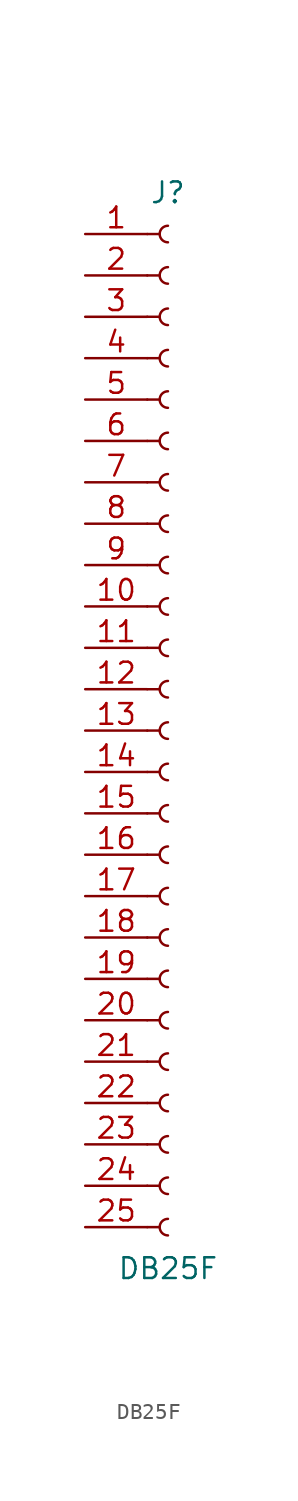
<source format=kicad_sym>
(kicad_symbol_lib
  (version 20211014)
  (generator kicad_symbol_editor)
  (symbol "DB25F"
    (pin_names
      (offset 1.016) hide)
    (property "Reference" "J"
      (at 0 33.02 0)
      (effects (font (size 1.27 1.27))))
    (property "Value" "DB25F"
      (at 0 -33.02 0)
      (effects (font (size 1.27 1.27))))
    (symbol "DB25F_1_1"
      (arc (start 0 -29.972) (mid -0.508 -30.48) (end 0 -30.988) (stroke (width 0.1524) (type default) (color 0 0 0 0)) (fill (type none)))
      (arc (start 0 -27.432) (mid -0.508 -27.94) (end 0 -28.448) (stroke (width 0.1524) (type default) (color 0 0 0 0)) (fill (type none)))
      (arc (start 0 -24.892) (mid -0.508 -25.4) (end 0 -25.908) (stroke (width 0.1524) (type default) (color 0 0 0 0)) (fill (type none)))
      (arc (start 0 -22.352) (mid -0.508 -22.86) (end 0 -23.368) (stroke (width 0.1524) (type default) (color 0 0 0 0)) (fill (type none)))
      (arc (start 0 -19.812) (mid -0.508 -20.32) (end 0 -20.828) (stroke (width 0.1524) (type default) (color 0 0 0 0)) (fill (type none)))
      (arc (start 0 -17.272) (mid -0.508 -17.78) (end 0 -18.288) (stroke (width 0.1524) (type default) (color 0 0 0 0)) (fill (type none)))
      (arc (start 0 -14.732) (mid -0.508 -15.24) (end 0 -15.748) (stroke (width 0.1524) (type default) (color 0 0 0 0)) (fill (type none)))
      (arc (start 0 -12.192) (mid -0.508 -12.7) (end 0 -13.208) (stroke (width 0.1524) (type default) (color 0 0 0 0)) (fill (type none)))
      (arc (start 0 -9.652) (mid -0.508 -10.16) (end 0 -10.668) (stroke (width 0.1524) (type default) (color 0 0 0 0)) (fill (type none)))
      (arc (start 0 -7.112) (mid -0.508 -7.62) (end 0 -8.128) (stroke (width 0.1524) (type default) (color 0 0 0 0)) (fill (type none)))
      (arc (start 0 -4.572) (mid -0.508 -5.08) (end 0 -5.588) (stroke (width 0.1524) (type default) (color 0 0 0 0)) (fill (type none)))
      (arc (start 0 -2.032) (mid -0.508 -2.54) (end 0 -3.048) (stroke (width 0.1524) (type default) (color 0 0 0 0)) (fill (type none)))
      (polyline (pts (xy -1.27 -30.48) (xy -0.508 -30.48)) (stroke (width 0.152) (type default) (color 0 0 0 0)) (fill (type none)))
      (polyline (pts (xy -1.27 -27.94) (xy -0.508 -27.94)) (stroke (width 0.152) (type default) (color 0 0 0 0)) (fill (type none)))
      (polyline (pts (xy -1.27 -25.4) (xy -0.508 -25.4)) (stroke (width 0.152) (type default) (color 0 0 0 0)) (fill (type none)))
      (polyline (pts (xy -1.27 -22.86) (xy -0.508 -22.86)) (stroke (width 0.152) (type default) (color 0 0 0 0)) (fill (type none)))
      (polyline (pts (xy -1.27 -20.32) (xy -0.508 -20.32)) (stroke (width 0.152) (type default) (color 0 0 0 0)) (fill (type none)))
      (polyline (pts (xy -1.27 -17.78) (xy -0.508 -17.78)) (stroke (width 0.152) (type default) (color 0 0 0 0)) (fill (type none)))
      (polyline (pts (xy -1.27 -15.24) (xy -0.508 -15.24)) (stroke (width 0.152) (type default) (color 0 0 0 0)) (fill (type none)))
      (polyline (pts (xy -1.27 -12.7) (xy -0.508 -12.7)) (stroke (width 0.152) (type default) (color 0 0 0 0)) (fill (type none)))
      (polyline (pts (xy -1.27 -10.16) (xy -0.508 -10.16)) (stroke (width 0.152) (type default) (color 0 0 0 0)) (fill (type none)))
      (polyline (pts (xy -1.27 -7.62) (xy -0.508 -7.62)) (stroke (width 0.152) (type default) (color 0 0 0 0)) (fill (type none)))
      (polyline (pts (xy -1.27 -5.08) (xy -0.508 -5.08)) (stroke (width 0.152) (type default) (color 0 0 0 0)) (fill (type none)))
      (polyline (pts (xy -1.27 -2.54) (xy -0.508 -2.54)) (stroke (width 0.152) (type default) (color 0 0 0 0)) (fill (type none)))
      (polyline (pts (xy -1.27 0) (xy -0.508 0)) (stroke (width 0.152) (type default) (color 0 0 0 0)) (fill (type none)))
      (polyline (pts (xy -1.27 2.54) (xy -0.508 2.54)) (stroke (width 0.152) (type default) (color 0 0 0 0)) (fill (type none)))
      (polyline (pts (xy -1.27 5.08) (xy -0.508 5.08)) (stroke (width 0.152) (type default) (color 0 0 0 0)) (fill (type none)))
      (polyline (pts (xy -1.27 7.62) (xy -0.508 7.62)) (stroke (width 0.152) (type default) (color 0 0 0 0)) (fill (type none)))
      (polyline (pts (xy -1.27 10.16) (xy -0.508 10.16)) (stroke (width 0.152) (type default) (color 0 0 0 0)) (fill (type none)))
      (polyline (pts (xy -1.27 12.7) (xy -0.508 12.7)) (stroke (width 0.152) (type default) (color 0 0 0 0)) (fill (type none)))
      (polyline (pts (xy -1.27 15.24) (xy -0.508 15.24)) (stroke (width 0.152) (type default) (color 0 0 0 0)) (fill (type none)))
      (polyline (pts (xy -1.27 17.78) (xy -0.508 17.78)) (stroke (width 0.152) (type default) (color 0 0 0 0)) (fill (type none)))
      (polyline (pts (xy -1.27 20.32) (xy -0.508 20.32)) (stroke (width 0.152) (type default) (color 0 0 0 0)) (fill (type none)))
      (polyline (pts (xy -1.27 22.86) (xy -0.508 22.86)) (stroke (width 0.152) (type default) (color 0 0 0 0)) (fill (type none)))
      (polyline (pts (xy -1.27 25.4) (xy -0.508 25.4)) (stroke (width 0.152) (type default) (color 0 0 0 0)) (fill (type none)))
      (polyline (pts (xy -1.27 27.94) (xy -0.508 27.94)) (stroke (width 0.152) (type default) (color 0 0 0 0)) (fill (type none)))
      (polyline (pts (xy -1.27 30.48) (xy -0.508 30.48)) (stroke (width 0.152) (type default) (color 0 0 0 0)) (fill (type none)))
      (arc (start 0 0.508) (mid -0.508 0) (end 0 -0.508) (stroke (width 0.1524) (type default) (color 0 0 0 0)) (fill (type none)))
      (arc (start 0 3.048) (mid -0.508 2.54) (end 0 2.032) (stroke (width 0.1524) (type default) (color 0 0 0 0)) (fill (type none)))
      (arc (start 0 5.588) (mid -0.508 5.08) (end 0 4.572) (stroke (width 0.1524) (type default) (color 0 0 0 0)) (fill (type none)))
      (arc (start 0 8.128) (mid -0.508 7.62) (end 0 7.112) (stroke (width 0.1524) (type default) (color 0 0 0 0)) (fill (type none)))
      (arc (start 0 10.668) (mid -0.508 10.16) (end 0 9.652) (stroke (width 0.1524) (type default) (color 0 0 0 0)) (fill (type none)))
      (arc (start 0 13.208) (mid -0.508 12.7) (end 0 12.192) (stroke (width 0.1524) (type default) (color 0 0 0 0)) (fill (type none)))
      (arc (start 0 15.748) (mid -0.508 15.24) (end 0 14.732) (stroke (width 0.1524) (type default) (color 0 0 0 0)) (fill (type none)))
      (arc (start 0 18.288) (mid -0.508 17.78) (end 0 17.272) (stroke (width 0.1524) (type default) (color 0 0 0 0)) (fill (type none)))
      (arc (start 0 20.828) (mid -0.508 20.32) (end 0 19.812) (stroke (width 0.1524) (type default) (color 0 0 0 0)) (fill (type none)))
      (arc (start 0 23.368) (mid -0.508 22.86) (end 0 22.352) (stroke (width 0.1524) (type default) (color 0 0 0 0)) (fill (type none)))
      (arc (start 0 25.908) (mid -0.508 25.4) (end 0 24.892) (stroke (width 0.1524) (type default) (color 0 0 0 0)) (fill (type none)))
      (arc (start 0 28.448) (mid -0.508 27.94) (end 0 27.432) (stroke (width 0.1524) (type default) (color 0 0 0 0)) (fill (type none)))
      (arc (start 0 30.988) (mid -0.508 30.48) (end 0 29.972) (stroke (width 0.1524) (type default) (color 0 0 0 0)) (fill (type none)))
      (pin passive line (at -5.08 30.48 0) (length 3.81) (name "Pin_1" (effects (font (size 1.27 1.27)))) (number "1" (effects (font (size 1.27 1.27)))))
      (pin passive line (at -5.08 7.62 0) (length 3.81) (name "Pin_10" (effects (font (size 1.27 1.27)))) (number "10" (effects (font (size 1.27 1.27)))))
      (pin passive line (at -5.08 5.08 0) (length 3.81) (name "Pin_11" (effects (font (size 1.27 1.27)))) (number "11" (effects (font (size 1.27 1.27)))))
      (pin passive line (at -5.08 2.54 0) (length 3.81) (name "Pin_12" (effects (font (size 1.27 1.27)))) (number "12" (effects (font (size 1.27 1.27)))))
      (pin passive line (at -5.08 0 0) (length 3.81) (name "Pin_13" (effects (font (size 1.27 1.27)))) (number "13" (effects (font (size 1.27 1.27)))))
      (pin passive line (at -5.08 -2.54 0) (length 3.81) (name "Pin_14" (effects (font (size 1.27 1.27)))) (number "14" (effects (font (size 1.27 1.27)))))
      (pin passive line (at -5.08 -5.08 0) (length 3.81) (name "Pin_15" (effects (font (size 1.27 1.27)))) (number "15" (effects (font (size 1.27 1.27)))))
      (pin passive line (at -5.08 -7.62 0) (length 3.81) (name "Pin_16" (effects (font (size 1.27 1.27)))) (number "16" (effects (font (size 1.27 1.27)))))
      (pin passive line (at -5.08 -10.16 0) (length 3.81) (name "Pin_17" (effects (font (size 1.27 1.27)))) (number "17" (effects (font (size 1.27 1.27)))))
      (pin passive line (at -5.08 -12.7 0) (length 3.81) (name "Pin_18" (effects (font (size 1.27 1.27)))) (number "18" (effects (font (size 1.27 1.27)))))
      (pin passive line (at -5.08 -15.24 0) (length 3.81) (name "Pin_19" (effects (font (size 1.27 1.27)))) (number "19" (effects (font (size 1.27 1.27)))))
      (pin passive line (at -5.08 27.94 0) (length 3.81) (name "Pin_2" (effects (font (size 1.27 1.27)))) (number "2" (effects (font (size 1.27 1.27)))))
      (pin passive line (at -5.08 -17.78 0) (length 3.81) (name "Pin_20" (effects (font (size 1.27 1.27)))) (number "20" (effects (font (size 1.27 1.27)))))
      (pin passive line (at -5.08 -20.32 0) (length 3.81) (name "Pin_21" (effects (font (size 1.27 1.27)))) (number "21" (effects (font (size 1.27 1.27)))))
      (pin passive line (at -5.08 -22.86 0) (length 3.81) (name "Pin_22" (effects (font (size 1.27 1.27)))) (number "22" (effects (font (size 1.27 1.27)))))
      (pin passive line (at -5.08 -25.4 0) (length 3.81) (name "Pin_23" (effects (font (size 1.27 1.27)))) (number "23" (effects (font (size 1.27 1.27)))))
      (pin passive line (at -5.08 -27.94 0) (length 3.81) (name "Pin_24" (effects (font (size 1.27 1.27)))) (number "24" (effects (font (size 1.27 1.27)))))
      (pin passive line (at -5.08 -30.48 0) (length 3.81) (name "Pin_25" (effects (font (size 1.27 1.27)))) (number "25" (effects (font (size 1.27 1.27)))))
      (pin passive line (at -5.08 25.4 0) (length 3.81) (name "Pin_3" (effects (font (size 1.27 1.27)))) (number "3" (effects (font (size 1.27 1.27)))))
      (pin passive line (at -5.08 22.86 0) (length 3.81) (name "Pin_4" (effects (font (size 1.27 1.27)))) (number "4" (effects (font (size 1.27 1.27)))))
      (pin passive line (at -5.08 20.32 0) (length 3.81) (name "Pin_5" (effects (font (size 1.27 1.27)))) (number "5" (effects (font (size 1.27 1.27)))))
      (pin passive line (at -5.08 17.78 0) (length 3.81) (name "Pin_6" (effects (font (size 1.27 1.27)))) (number "6" (effects (font (size 1.27 1.27)))))
      (pin passive line (at -5.08 15.24 0) (length 3.81) (name "Pin_7" (effects (font (size 1.27 1.27)))) (number "7" (effects (font (size 1.27 1.27)))))
      (pin passive line (at -5.08 12.7 0) (length 3.81) (name "Pin_8" (effects (font (size 1.27 1.27)))) (number "8" (effects (font (size 1.27 1.27)))))
      (pin passive line (at -5.08 10.16 0) (length 3.81) (name "Pin_9" (effects (font (size 1.27 1.27)))) (number "9" (effects (font (size 1.27 1.27))))))))
</source>
